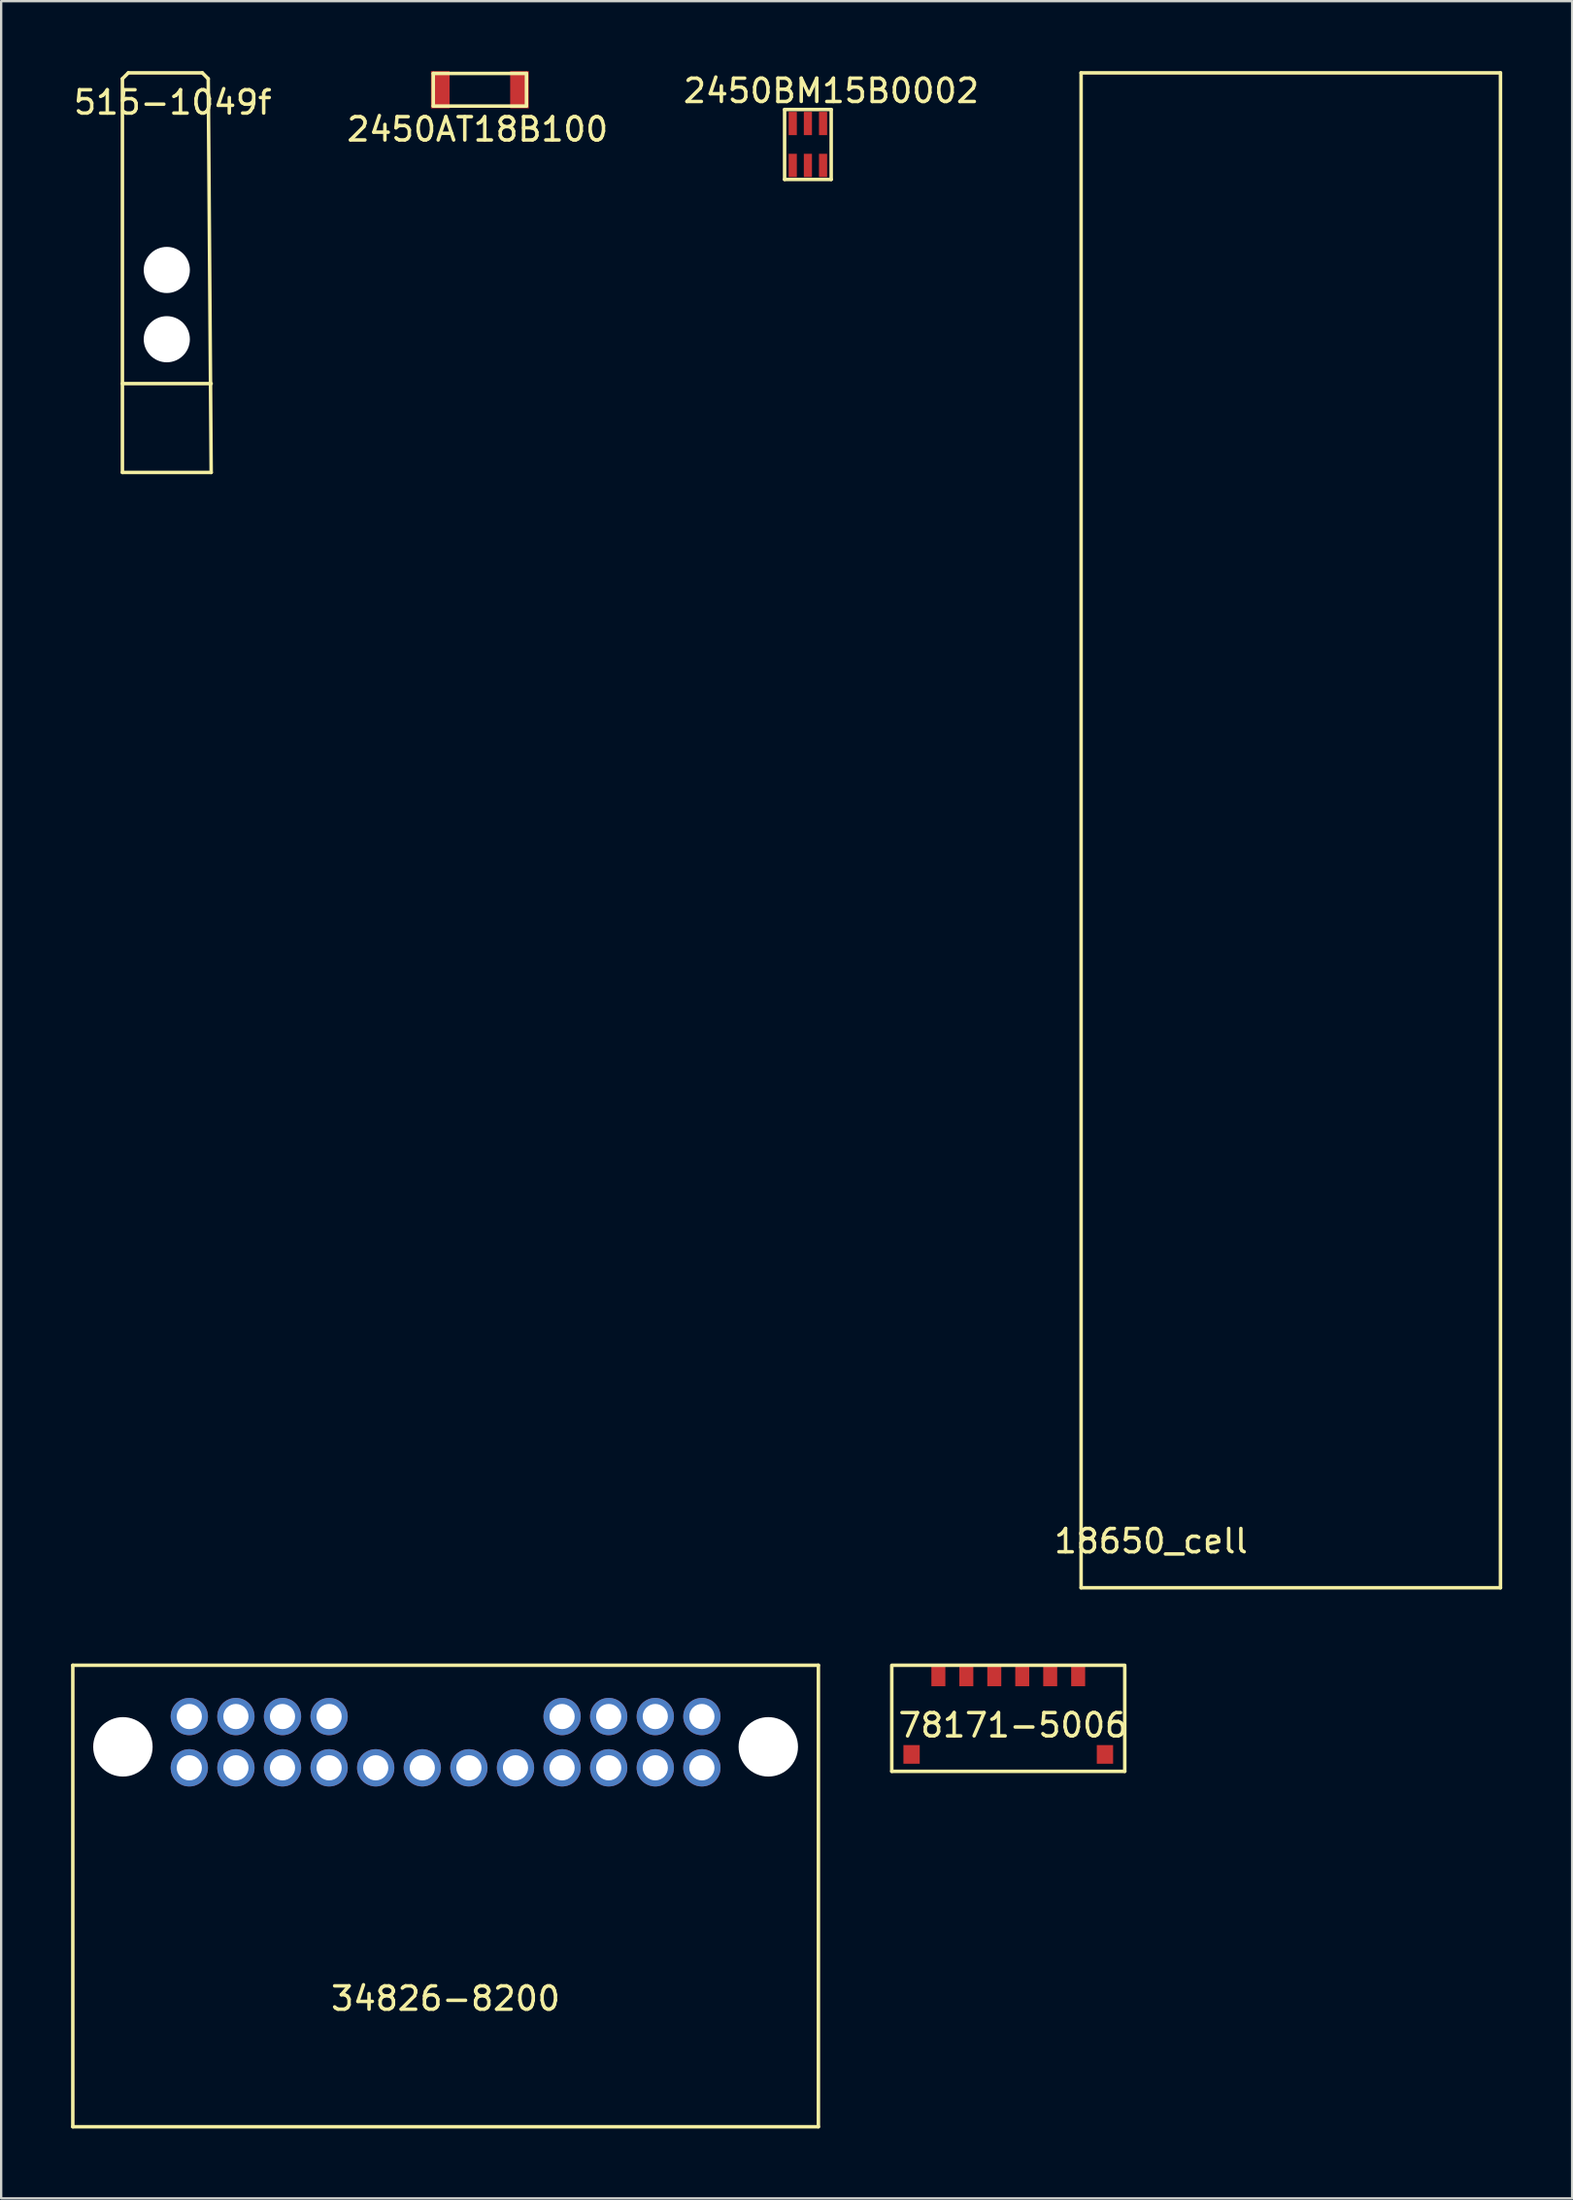
<source format=kicad_pcb>
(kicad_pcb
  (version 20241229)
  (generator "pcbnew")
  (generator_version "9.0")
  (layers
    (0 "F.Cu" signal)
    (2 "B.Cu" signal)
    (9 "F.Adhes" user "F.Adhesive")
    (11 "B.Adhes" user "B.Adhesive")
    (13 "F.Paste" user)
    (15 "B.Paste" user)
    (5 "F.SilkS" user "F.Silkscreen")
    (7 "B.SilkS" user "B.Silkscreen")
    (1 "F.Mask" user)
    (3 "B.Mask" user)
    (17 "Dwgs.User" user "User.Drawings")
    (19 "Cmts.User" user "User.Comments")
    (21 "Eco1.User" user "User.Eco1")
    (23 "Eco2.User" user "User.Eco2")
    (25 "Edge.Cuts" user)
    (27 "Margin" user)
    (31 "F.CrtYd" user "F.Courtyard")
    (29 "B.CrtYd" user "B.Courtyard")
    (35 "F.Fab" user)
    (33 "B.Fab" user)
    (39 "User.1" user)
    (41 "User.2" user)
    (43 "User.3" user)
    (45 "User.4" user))
  (footprint "515-1049f"
    (layer "F.Cu")
    (at 4.109 11.505)
    (property "Reference" "515-1049f" (at 0.254 -10.16 0) (layer "F.SilkS") (effects (font (size 1 1) (thickness 0.15))))
    (attr through_hole)
    (fp_line (start -1.905 -11.176) (end -1.651 -11.43) (stroke (width 0.15) (type solid)) (layer "F.SilkS"))
    (fp_line (start -1.905 5.715) (end -1.905 -11.176) (stroke (width 0.15) (type solid)) (layer "F.SilkS"))
    (fp_line (start -1.651 -11.43) (end 1.524 -11.43) (stroke (width 0.15) (type solid)) (layer "F.SilkS"))
    (fp_line (start 1.524 -11.43) (end 1.778 -11.176) (stroke (width 0.15) (type solid)) (layer "F.SilkS"))
    (fp_line (start 1.778 -11.176) (end 1.905 5.715) (stroke (width 0.15) (type solid)) (layer "F.SilkS"))
    (fp_line (start 1.905 1.905) (end -1.905 1.905) (stroke (width 0.15) (type solid)) (layer "F.SilkS"))
    (fp_line (start 1.905 5.715) (end -1.905 5.715) (stroke (width 0.15) (type solid)) (layer "F.SilkS"))
    (pad "" np_thru_hole circle (at 0 -2.972) (size 1.98 1.98) (drill 1.98) (layers "*.Cu" "*.Mask"))
    (pad "" np_thru_hole circle (at 0 0) (size 1.98 1.98) (drill 1.98) (layers "*.Cu" "*.Mask")))
  (footprint "2450AT18B100"
    (layer "F.Cu")
    (at 17.546 0.8)
    (property "Reference" "2450AT18B100" (at -0.1 1.7 0) (layer "F.SilkS") (effects (font (size 1 1) (thickness 0.15))))
    (attr through_hole)
    (fp_line (start -2 -0.7) (end -2 0.7) (stroke (width 0.15) (type solid)) (layer "F.SilkS"))
    (fp_line (start -2 0.7) (end 2 0.7) (stroke (width 0.15) (type solid)) (layer "F.SilkS"))
    (fp_line (start 2 -0.7) (end -2 -0.7) (stroke (width 0.15) (type solid)) (layer "F.SilkS"))
    (fp_line (start 2 0.7) (end 2 -0.7) (stroke (width 0.15) (type solid)) (layer "F.SilkS"))
    (pad "1" smd rect (at -1.7 0) (size 0.8 1.6) (layers "F.Cu" "F.Mask" "F.Paste"))
    (pad "2" smd rect (at 1.7 0) (size 0.8 1.6) (layers "F.Cu" "F.Mask" "F.Paste")))
  (footprint "78171-5006"
    (layer "F.Cu")
    (at 40.225 68.875)
    (property "Reference" "78171-5006" (at 0.2 2.1 0) (layer "F.SilkS") (effects (font (size 1 1) (thickness 0.15))))
    (attr through_hole)
    (fp_line (start -5 4.075) (end -5 -0.425) (stroke (width 0.15) (type solid)) (layer "F.SilkS"))
    (fp_line (start -5 4.075) (end 5 4.075) (stroke (width 0.15) (type solid)) (layer "F.SilkS"))
    (fp_line (start 5 -0.475) (end -5 -0.475) (stroke (width 0.15) (type solid)) (layer "F.SilkS"))
    (fp_line (start 5 4.075) (end 5 -0.425) (stroke (width 0.15) (type solid)) (layer "F.SilkS"))
    (pad "0" smd rect (at -4.15 3.35) (size 0.7 0.8) (layers "F.Cu" "F.Mask" "F.Paste"))
    (pad "0" smd rect (at 4.15 3.35) (size 0.7 0.8) (layers "F.Cu" "F.Mask" "F.Paste"))
    (pad "1" smd rect (at -3 0) (size 0.6 0.85) (layers "F.Cu" "F.Mask" "F.Paste"))
    (pad "2" smd rect (at -1.8 0) (size 0.6 0.85) (layers "F.Cu" "F.Mask" "F.Paste"))
    (pad "3" smd rect (at -0.6 0) (size 0.6 0.85) (layers "F.Cu" "F.Mask" "F.Paste"))
    (pad "4" smd rect (at 0.6 0) (size 0.6 0.85) (layers "F.Cu" "F.Mask" "F.Paste"))
    (pad "5" smd rect (at 1.8 0) (size 0.6 0.85) (layers "F.Cu" "F.Mask" "F.Paste"))
    (pad "6" smd rect (at 3 0) (size 0.6 0.85) (layers "F.Cu" "F.Mask" "F.Paste")))
  (footprint "2450BM15B0002"
    (layer "F.Cu")
    (at 31.625 3.148)
    (property "Reference" "2450BM15B0002" (at 1 -2.3 0) (layer "F.SilkS") (effects (font (size 1 1) (thickness 0.15))))
    (attr through_hole)
    (fp_line (start -1 -1.5) (end -1 1.5) (stroke (width 0.15) (type solid)) (layer "F.SilkS"))
    (fp_line (start -1 -1.5) (end 1 -1.5) (stroke (width 0.15) (type solid)) (layer "F.SilkS"))
    (fp_line (start 1 -1.5) (end 1 1.5) (stroke (width 0.15) (type solid)) (layer "F.SilkS"))
    (fp_line (start 1 1.5) (end -1 1.5) (stroke (width 0.15) (type solid)) (layer "F.SilkS"))
    (pad "1" smd rect (at 0.65 -0.9) (size 0.35 1) (layers "F.Cu" "F.Mask" "F.Paste"))
    (pad "2" smd rect (at 0 -0.9) (size 0.35 1) (layers "F.Cu" "F.Mask" "F.Paste"))
    (pad "3" smd rect (at -0.65 -0.9) (size 0.35 1) (layers "F.Cu" "F.Mask" "F.Paste"))
    (pad "4" smd rect (at -0.65 0.9) (size 0.35 1) (layers "F.Cu" "F.Mask" "F.Paste"))
    (pad "5" smd rect (at 0 0.9) (size 0.35 1) (layers "F.Cu" "F.Mask" "F.Paste"))
    (pad "6" smd rect (at 0.65 0.9) (size 0.35 1) (layers "F.Cu" "F.Mask" "F.Paste")))
  (footprint "18650_cell"
    (layer "F.Cu")
    (at 43.351 65.075)
    (property "Reference" "18650_cell" (at 3 -2 0) (layer "F.SilkS") (effects (font (size 1 1) (thickness 0.15))))
    (attr through_hole)
    (fp_line (start 0 -65) (end 18 -65) (stroke (width 0.15) (type solid)) (layer "F.SilkS"))
    (fp_line (start 0 0) (end 0 -65) (stroke (width 0.15) (type solid)) (layer "F.SilkS"))
    (fp_line (start 18 -65) (end 18 0) (stroke (width 0.15) (type solid)) (layer "F.SilkS"))
    (fp_line (start 18 0) (end 0 0) (stroke (width 0.15) (type solid)) (layer "F.SilkS")))
  (footprint "34826-8200"
    (layer "F.Cu")
    (at 16.075 72.8)
    (property "Reference" "34826-8200" (at 0 9.9 0) (layer "F.SilkS") (effects (font (size 1 1) (thickness 0.15))))
    (attr through_hole)
    (fp_line (start -16 -4.4) (end 16 -4.4) (stroke (width 0.15) (type solid)) (layer "F.SilkS"))
    (fp_line (start -16 15.4) (end -16 -4.4) (stroke (width 0.15) (type solid)) (layer "F.SilkS"))
    (fp_line (start 16 -4.4) (end 16 15.4) (stroke (width 0.15) (type solid)) (layer "F.SilkS"))
    (fp_line (start 16 15.4) (end -16 15.4) (stroke (width 0.15) (type solid)) (layer "F.SilkS"))
    (pad "" np_thru_hole circle (at -13.85 -0.9) (size 2.55 2.55) (drill 2.55) (layers "*.Cu" "*.Mask"))
    (pad "" np_thru_hole circle (at 13.85 -0.9) (size 2.55 2.55) (drill 2.55) (layers "*.Cu" "*.Mask"))
    (pad "1" thru_hole circle (at -11 -2.2) (size 1.6 1.6) (drill 1.08) (layers "*.Cu" "*.Mask"))
    (pad "2" thru_hole circle (at -9 -2.2) (size 1.6 1.6) (drill 1.08) (layers "*.Cu" "*.Mask"))
    (pad "3" thru_hole circle (at -7 -2.2) (size 1.6 1.6) (drill 1.08) (layers "*.Cu" "*.Mask"))
    (pad "4" thru_hole circle (at -5 -2.2) (size 1.6 1.6) (drill 1.08) (layers "*.Cu" "*.Mask"))
    (pad "5" thru_hole circle (at 5 -2.2) (size 1.6 1.6) (drill 1.08) (layers "*.Cu" "*.Mask"))
    (pad "6" thru_hole circle (at 7 -2.2) (size 1.6 1.6) (drill 1.08) (layers "*.Cu" "*.Mask"))
    (pad "7" thru_hole circle (at 9 -2.2) (size 1.6 1.6) (drill 1.08) (layers "*.Cu" "*.Mask"))
    (pad "8" thru_hole circle (at 11 -2.2) (size 1.6 1.6) (drill 1.08) (layers "*.Cu" "*.Mask"))
    (pad "9" thru_hole circle (at -11 0) (size 1.6 1.6) (drill 1.08) (layers "*.Cu" "*.Mask"))
    (pad "10" thru_hole circle (at -9 0) (size 1.6 1.6) (drill 1.08) (layers "*.Cu" "*.Mask"))
    (pad "11" thru_hole circle (at -7 0) (size 1.6 1.6) (drill 1.08) (layers "*.Cu" "*.Mask"))
    (pad "12" thru_hole circle (at -5 0) (size 1.6 1.6) (drill 1.08) (layers "*.Cu" "*.Mask"))
    (pad "13" thru_hole circle (at -3 0) (size 1.6 1.6) (drill 1.08) (layers "*.Cu" "*.Mask"))
    (pad "14" thru_hole circle (at -1 0) (size 1.6 1.6) (drill 1.08) (layers "*.Cu" "*.Mask"))
    (pad "15" thru_hole circle (at 1 0) (size 1.6 1.6) (drill 1.08) (layers "*.Cu" "*.Mask"))
    (pad "16" thru_hole circle (at 3 0) (size 1.6 1.6) (drill 1.08) (layers "*.Cu" "*.Mask"))
    (pad "17" thru_hole circle (at 5 0) (size 1.6 1.6) (drill 1.08) (layers "*.Cu" "*.Mask"))
    (pad "18" thru_hole circle (at 7 0) (size 1.6 1.6) (drill 1.08) (layers "*.Cu" "*.Mask"))
    (pad "19" thru_hole circle (at 9 0) (size 1.6 1.6) (drill 1.08) (layers "*.Cu" "*.Mask"))
    (pad "20" thru_hole circle (at 11 0) (size 1.6 1.6) (drill 1.08) (layers "*.Cu" "*.Mask")))
  (gr_rect
    (start -3 -3)
    (end 64.426 91.275)
    (stroke (width 0.1) (type default))
    (fill no)
    (layer "Edge.Cuts")))
</source>
